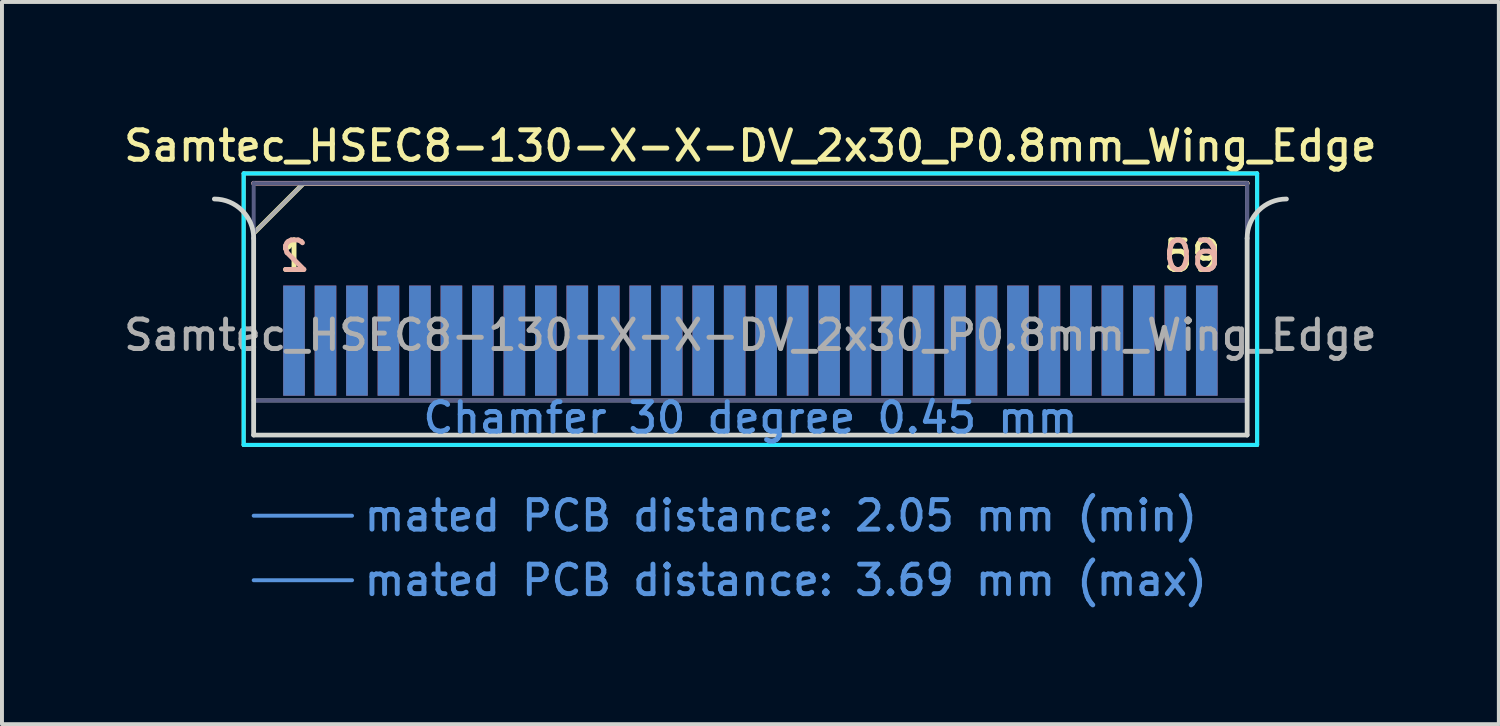
<source format=kicad_pcb>
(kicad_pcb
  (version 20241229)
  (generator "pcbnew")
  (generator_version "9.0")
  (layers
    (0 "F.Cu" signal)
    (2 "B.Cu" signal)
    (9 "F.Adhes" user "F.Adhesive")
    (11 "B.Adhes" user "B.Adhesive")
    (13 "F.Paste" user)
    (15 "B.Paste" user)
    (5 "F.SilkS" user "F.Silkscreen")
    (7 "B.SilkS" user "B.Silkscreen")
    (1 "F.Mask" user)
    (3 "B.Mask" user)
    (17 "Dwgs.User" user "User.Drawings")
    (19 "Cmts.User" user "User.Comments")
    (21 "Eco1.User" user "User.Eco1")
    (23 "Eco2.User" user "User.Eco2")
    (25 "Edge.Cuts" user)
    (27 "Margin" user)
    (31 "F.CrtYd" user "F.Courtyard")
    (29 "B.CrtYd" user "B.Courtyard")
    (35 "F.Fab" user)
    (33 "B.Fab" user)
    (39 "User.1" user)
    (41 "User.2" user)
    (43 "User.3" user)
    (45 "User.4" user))
  (footprint "Samtec_HSEC8-130-X-X-DV_2x30_P0.8mm_Wing_Edge"
    (layer "F.Cu")
    (at 16.023 8.008)
    (property "Reference" "Samtec_HSEC8-130-X-X-DV_2x30_P0.8mm_Wing_Edge" (at 0 -7.35 0) (layer "F.SilkS") (effects (font (size 0.75 0.75) (thickness 0.125))))
    (attr exclude_from_pos_files exclude_from_bom)
    (fp_line (start -12.88 -6.65) (end -12.88 0.25) (stroke (width 0.1) (type solid)) (layer "F.SilkS"))
    (fp_line (start -12.88 0.25) (end 12.88 0.25) (stroke (width 0.1) (type solid)) (layer "F.SilkS"))
    (fp_line (start -12.625 -5.13) (end -11.355 -6.4) (stroke (width 0.12) (type solid)) (layer "F.SilkS"))
    (fp_line (start -11.355 -6.4) (end 12.625 -6.4) (stroke (width 0.12) (type solid)) (layer "F.SilkS"))
    (fp_line (start 12.88 -6.65) (end -12.88 -6.65) (stroke (width 0.1) (type solid)) (layer "F.SilkS"))
    (fp_line (start 12.88 0.25) (end 12.88 -6.65) (stroke (width 0.1) (type solid)) (layer "F.SilkS"))
    (fp_line (start -12.625 -6.4) (end -12.625 -6.4) (stroke (width 0.12) (type solid)) (layer "B.SilkS"))
    (fp_line (start -12.625 -6.4) (end 12.625 -6.4) (stroke (width 0.12) (type solid)) (layer "B.SilkS"))
    (fp_line (start -12.625 2.05) (end -10.125 2.05) (stroke (width 0.1) (type solid)) (layer "Cmts.User"))
    (fp_line (start -12.625 3.69) (end -10.125 3.69) (stroke (width 0.1) (type solid)) (layer "Cmts.User"))
    (fp_line (start -12.625 -5) (end -12.625 0) (stroke (width 0.12) (type solid)) (layer "Edge.Cuts"))
    (fp_line (start -12.625 0) (end 12.625 0) (stroke (width 0.12) (type solid)) (layer "Edge.Cuts"))
    (fp_line (start 12.625 0) (end 12.625 -5) (stroke (width 0.12) (type solid)) (layer "Edge.Cuts"))
    (fp_arc (start -13.625 -6) (mid -12.917893 -5.707107) (end -12.625 -5) (stroke (width 0.12) (type solid)) (layer "Edge.Cuts"))
    (fp_arc (start 12.625 -5) (mid 12.917893 -5.707107) (end 13.625 -6) (stroke (width 0.12) (type solid)) (layer "Edge.Cuts"))
    (fp_line (start -12.88 -6.65) (end -12.88 0.25) (stroke (width 0.1) (type solid)) (layer "B.CrtYd"))
    (fp_line (start -12.88 0.25) (end 12.88 0.25) (stroke (width 0.1) (type solid)) (layer "B.CrtYd"))
    (fp_line (start 12.88 -6.65) (end -12.88 -6.65) (stroke (width 0.1) (type solid)) (layer "B.CrtYd"))
    (fp_line (start 12.88 0.25) (end 12.88 -6.65) (stroke (width 0.1) (type solid)) (layer "B.CrtYd"))
    (fp_line (start -12.625 -6.4) (end -12.625 -6.4) (stroke (width 0.1) (type solid)) (layer "B.Fab"))
    (fp_line (start -12.625 -6.4) (end -12.625 0) (stroke (width 0.1) (type solid)) (layer "B.Fab"))
    (fp_line (start -12.625 -6.4) (end 12.625 -6.4) (stroke (width 0.1) (type solid)) (layer "B.Fab"))
    (fp_line (start -12.625 -0.88) (end 12.625 -0.88) (stroke (width 0.1) (type solid)) (layer "B.Fab"))
    (fp_line (start -12.625 0) (end 12.625 0) (stroke (width 0.1) (type solid)) (layer "B.Fab"))
    (fp_line (start 12.625 -6.4) (end 12.625 0) (stroke (width 0.1) (type solid)) (layer "B.Fab"))
    (fp_line (start -12.625 -5.13) (end -12.625 0) (stroke (width 0.1) (type solid)) (layer "F.Fab"))
    (fp_line (start -12.625 -5.13) (end -11.355 -6.4) (stroke (width 0.1) (type solid)) (layer "F.Fab"))
    (fp_line (start -12.625 -0.88) (end 12.625 -0.88) (stroke (width 0.1) (type solid)) (layer "F.Fab"))
    (fp_line (start -12.625 0) (end 12.625 0) (stroke (width 0.1) (type solid)) (layer "F.Fab"))
    (fp_line (start -11.355 -6.4) (end 12.625 -6.4) (stroke (width 0.1) (type solid)) (layer "F.Fab"))
    (fp_line (start 12.625 -6.4) (end 12.625 0) (stroke (width 0.1) (type solid)) (layer "F.Fab"))
    (fp_text user "59" (at 11.225 -4.55 0) (layer "F.SilkS") (effects (font (size 0.75 0.75) (thickness 0.125))))
    (fp_text user "1" (at -11.6 -4.55 0) (layer "F.SilkS") (effects (font (size 0.75 0.75) (thickness 0.125))))
    (fp_text user "60" (at 11.225 -4.55 0) (layer "B.SilkS") (effects (font (size 0.75 0.75) (thickness 0.125)) (justify mirror)))
    (fp_text user "2" (at -11.6 -4.55 0) (layer "B.SilkS") (effects (font (size 0.75 0.75) (thickness 0.125)) (justify mirror)))
    (fp_text user "Chamfer 30 degree 0.45 mm" (at 0 -0.44 0) (layer "Cmts.User") (effects (font (size 0.75 0.75) (thickness 0.125))))
    (fp_text user "mated PCB distance: 2.05 mm (min)" (at -9.88 2.05 0) (layer "Cmts.User") (effects (font (size 0.75 0.75) (thickness 0.125)) (justify left)))
    (fp_text user "mated PCB distance: 3.69 mm (max)" (at -9.88 3.69 0) (layer "Cmts.User") (effects (font (size 0.75 0.75) (thickness 0.125)) (justify left)))
    (fp_text user "${REFERENCE}" (at 0 -2.54 0) (layer "F.Fab") (effects (font (size 0.75 0.75) (thickness 0.125))))
    (pad "1" connect rect (at -11.6 -2.4) (size 0.55 2.8) (layers "F.Cu" "F.Mask"))
    (pad "2" connect rect (at -11.6 -2.4) (size 0.55 2.8) (layers "B.Cu" "B.Mask"))
    (pad "3" connect rect (at -10.8 -2.4) (size 0.55 2.8) (layers "F.Cu" "F.Mask"))
    (pad "4" connect rect (at -10.8 -2.4) (size 0.55 2.8) (layers "B.Cu" "B.Mask"))
    (pad "5" connect rect (at -10 -2.4) (size 0.55 2.8) (layers "F.Cu" "F.Mask"))
    (pad "6" connect rect (at -10 -2.4) (size 0.55 2.8) (layers "B.Cu" "B.Mask"))
    (pad "7" connect rect (at -9.2 -2.4) (size 0.55 2.8) (layers "F.Cu" "F.Mask"))
    (pad "8" connect rect (at -9.2 -2.4) (size 0.55 2.8) (layers "B.Cu" "B.Mask"))
    (pad "9" connect rect (at -8.4 -2.4) (size 0.55 2.8) (layers "F.Cu" "F.Mask"))
    (pad "10" connect rect (at -8.4 -2.4) (size 0.55 2.8) (layers "B.Cu" "B.Mask"))
    (pad "11" connect rect (at -7.6 -2.4) (size 0.55 2.8) (layers "F.Cu" "F.Mask"))
    (pad "12" connect rect (at -7.6 -2.4) (size 0.55 2.8) (layers "B.Cu" "B.Mask"))
    (pad "13" connect rect (at -6.8 -2.4) (size 0.55 2.8) (layers "F.Cu" "F.Mask"))
    (pad "14" connect rect (at -6.8 -2.4) (size 0.55 2.8) (layers "B.Cu" "B.Mask"))
    (pad "15" connect rect (at -6 -2.4) (size 0.55 2.8) (layers "F.Cu" "F.Mask"))
    (pad "16" connect rect (at -6 -2.4) (size 0.55 2.8) (layers "B.Cu" "B.Mask"))
    (pad "17" connect rect (at -5.2 -2.4) (size 0.55 2.8) (layers "F.Cu" "F.Mask"))
    (pad "18" connect rect (at -5.2 -2.4) (size 0.55 2.8) (layers "B.Cu" "B.Mask"))
    (pad "19" connect rect (at -4.4 -2.4) (size 0.55 2.8) (layers "F.Cu" "F.Mask"))
    (pad "20" connect rect (at -4.4 -2.4) (size 0.55 2.8) (layers "B.Cu" "B.Mask"))
    (pad "21" connect rect (at -3.6 -2.4) (size 0.55 2.8) (layers "F.Cu" "F.Mask"))
    (pad "22" connect rect (at -3.6 -2.4) (size 0.55 2.8) (layers "B.Cu" "B.Mask"))
    (pad "23" connect rect (at -2.8 -2.4) (size 0.55 2.8) (layers "F.Cu" "F.Mask"))
    (pad "24" connect rect (at -2.8 -2.4) (size 0.55 2.8) (layers "B.Cu" "B.Mask"))
    (pad "25" connect rect (at -2 -2.4) (size 0.55 2.8) (layers "F.Cu" "F.Mask"))
    (pad "26" connect rect (at -2 -2.4) (size 0.55 2.8) (layers "B.Cu" "B.Mask"))
    (pad "27" connect rect (at -1.2 -2.4) (size 0.55 2.8) (layers "F.Cu" "F.Mask"))
    (pad "28" connect rect (at -1.2 -2.4) (size 0.55 2.8) (layers "B.Cu" "B.Mask"))
    (pad "29" connect rect (at -0.4 -2.4) (size 0.55 2.8) (layers "F.Cu" "F.Mask"))
    (pad "30" connect rect (at -0.4 -2.4) (size 0.55 2.8) (layers "B.Cu" "B.Mask"))
    (pad "31" connect rect (at 0.4 -2.4) (size 0.55 2.8) (layers "F.Cu" "F.Mask"))
    (pad "32" connect rect (at 0.4 -2.4) (size 0.55 2.8) (layers "B.Cu" "B.Mask"))
    (pad "33" connect rect (at 1.2 -2.4) (size 0.55 2.8) (layers "F.Cu" "F.Mask"))
    (pad "34" connect rect (at 1.2 -2.4) (size 0.55 2.8) (layers "B.Cu" "B.Mask"))
    (pad "35" connect rect (at 2 -2.4) (size 0.55 2.8) (layers "F.Cu" "F.Mask"))
    (pad "36" connect rect (at 2 -2.4) (size 0.55 2.8) (layers "B.Cu" "B.Mask"))
    (pad "37" connect rect (at 2.8 -2.4) (size 0.55 2.8) (layers "F.Cu" "F.Mask"))
    (pad "38" connect rect (at 2.8 -2.4) (size 0.55 2.8) (layers "B.Cu" "B.Mask"))
    (pad "39" connect rect (at 3.6 -2.4) (size 0.55 2.8) (layers "F.Cu" "F.Mask"))
    (pad "40" connect rect (at 3.6 -2.4) (size 0.55 2.8) (layers "B.Cu" "B.Mask"))
    (pad "41" connect rect (at 4.4 -2.4) (size 0.55 2.8) (layers "F.Cu" "F.Mask"))
    (pad "42" connect rect (at 4.4 -2.4) (size 0.55 2.8) (layers "B.Cu" "B.Mask"))
    (pad "43" connect rect (at 5.2 -2.4) (size 0.55 2.8) (layers "F.Cu" "F.Mask"))
    (pad "44" connect rect (at 5.2 -2.4) (size 0.55 2.8) (layers "B.Cu" "B.Mask"))
    (pad "45" connect rect (at 6 -2.4) (size 0.55 2.8) (layers "F.Cu" "F.Mask"))
    (pad "46" connect rect (at 6 -2.4) (size 0.55 2.8) (layers "B.Cu" "B.Mask"))
    (pad "47" connect rect (at 6.8 -2.4) (size 0.55 2.8) (layers "F.Cu" "F.Mask"))
    (pad "48" connect rect (at 6.8 -2.4) (size 0.55 2.8) (layers "B.Cu" "B.Mask"))
    (pad "49" connect rect (at 7.6 -2.4) (size 0.55 2.8) (layers "F.Cu" "F.Mask"))
    (pad "50" connect rect (at 7.6 -2.4) (size 0.55 2.8) (layers "B.Cu" "B.Mask"))
    (pad "51" connect rect (at 8.4 -2.4) (size 0.55 2.8) (layers "F.Cu" "F.Mask"))
    (pad "52" connect rect (at 8.4 -2.4) (size 0.55 2.8) (layers "B.Cu" "B.Mask"))
    (pad "53" connect rect (at 9.2 -2.4) (size 0.55 2.8) (layers "F.Cu" "F.Mask"))
    (pad "54" connect rect (at 9.2 -2.4) (size 0.55 2.8) (layers "B.Cu" "B.Mask"))
    (pad "55" connect rect (at 10 -2.4) (size 0.55 2.8) (layers "F.Cu" "F.Mask"))
    (pad "56" connect rect (at 10 -2.4) (size 0.55 2.8) (layers "B.Cu" "B.Mask"))
    (pad "57" connect rect (at 10.8 -2.4) (size 0.55 2.8) (layers "F.Cu" "F.Mask"))
    (pad "58" connect rect (at 10.8 -2.4) (size 0.55 2.8) (layers "B.Cu" "B.Mask"))
    (pad "59" connect rect (at 11.6 -2.4) (size 0.55 2.8) (layers "F.Cu" "F.Mask"))
    (pad "60" connect rect (at 11.6 -2.4) (size 0.55 2.8) (layers "B.Cu" "B.Mask")))
  (gr_rect
    (start -3 -3)
    (end 35.046 15.356)
    (stroke (width 0.1) (type default))
    (fill no)
    (layer "Edge.Cuts")))
</source>
